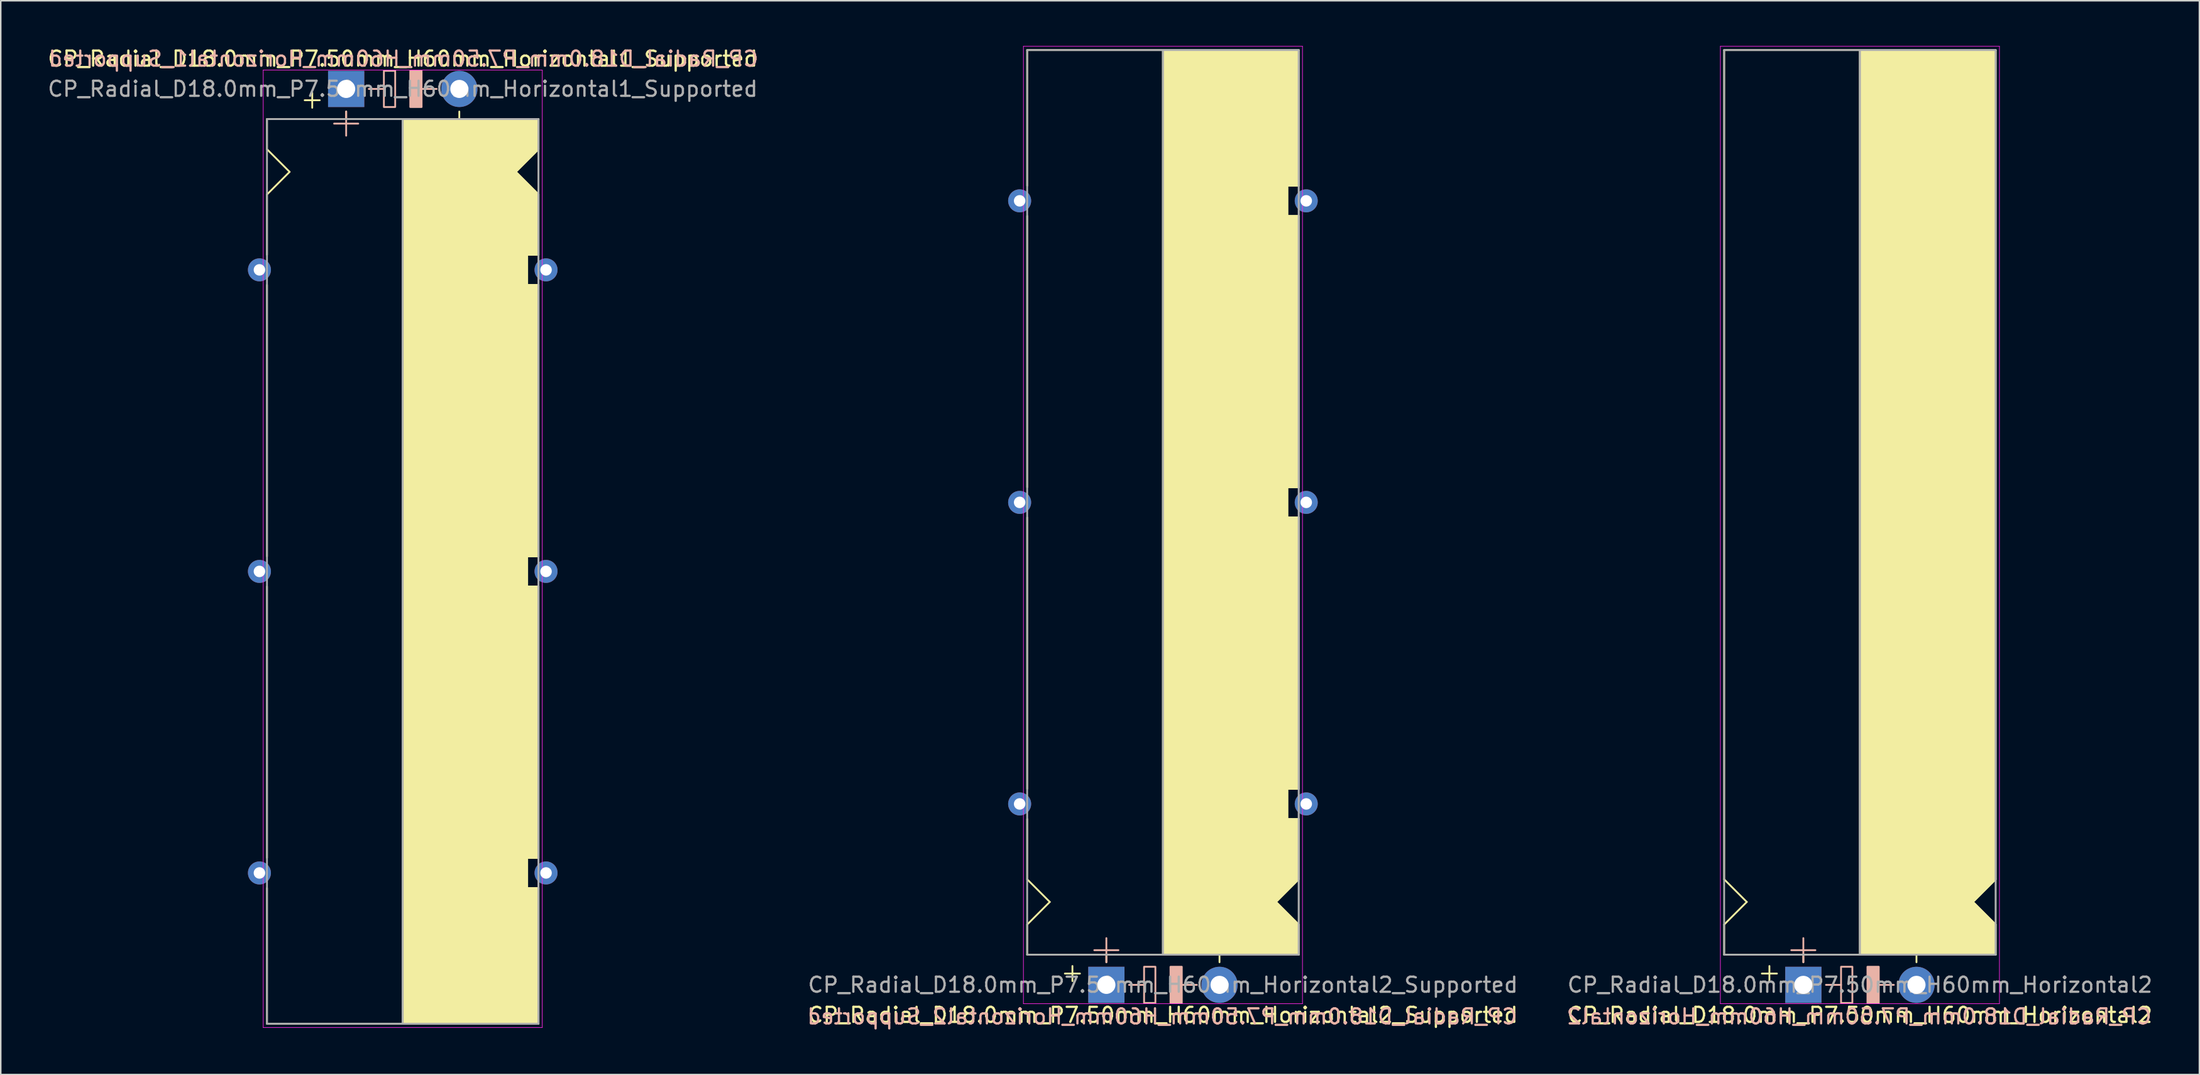
<source format=kicad_pcb>
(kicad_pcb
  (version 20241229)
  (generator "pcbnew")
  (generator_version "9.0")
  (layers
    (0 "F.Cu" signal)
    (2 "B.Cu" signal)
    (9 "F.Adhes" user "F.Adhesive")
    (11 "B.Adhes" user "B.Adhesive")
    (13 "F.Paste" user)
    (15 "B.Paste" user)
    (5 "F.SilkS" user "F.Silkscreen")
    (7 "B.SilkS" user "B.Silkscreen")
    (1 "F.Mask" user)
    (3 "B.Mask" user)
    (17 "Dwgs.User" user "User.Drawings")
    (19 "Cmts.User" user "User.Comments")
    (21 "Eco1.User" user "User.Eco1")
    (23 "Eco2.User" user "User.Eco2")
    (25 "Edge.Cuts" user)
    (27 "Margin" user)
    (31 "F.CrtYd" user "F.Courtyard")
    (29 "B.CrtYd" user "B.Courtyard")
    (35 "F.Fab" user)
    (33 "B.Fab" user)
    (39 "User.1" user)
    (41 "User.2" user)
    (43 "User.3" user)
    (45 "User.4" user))
  (footprint "CP_Radial_D18.0mm_P7.50mm_H60mm_Horizontal1_Supported"
    (layer "F.Cu")
    (at 19.899 2.848)
    (property "Reference" "CP_Radial_D18.0mm_P7.50mm_H60mm_Horizontal1_Supported" (at 3.75 -2 0) (layer "F.SilkS") (effects (font (size 1 1) (thickness 0.15))))
    (fp_line (start -5.25 2) (end -5.25 4) (stroke (width 0.12) (type solid)) (layer "F.SilkS"))
    (fp_line (start -5.25 2) (end 12.75 2) (stroke (width 0.12) (type solid)) (layer "F.SilkS"))
    (fp_line (start -5.25 4) (end -3.75 5.5) (stroke (width 0.12) (type solid)) (layer "F.SilkS"))
    (fp_line (start -5.25 7) (end -3.75 5.5) (stroke (width 0.12) (type solid)) (layer "F.SilkS"))
    (fp_line (start -5.25 11) (end -5.25 7) (stroke (width 0.12) (type solid)) (layer "F.SilkS"))
    (fp_line (start -5.25 13) (end -5.25 31) (stroke (width 0.12) (type solid)) (layer "F.SilkS"))
    (fp_line (start -5.25 33) (end -5.25 51) (stroke (width 0.12) (type solid)) (layer "F.SilkS"))
    (fp_line (start -5.25 53) (end -5.25 62) (stroke (width 0.12) (type solid)) (layer "F.SilkS"))
    (fp_line (start -5.25 62) (end 12.75 62) (stroke (width 0.12) (type solid)) (layer "F.SilkS"))
    (fp_line (start -2.25 0.25) (end -2.25 1.25) (stroke (width 0.12) (type solid)) (layer "F.SilkS"))
    (fp_line (start -1.75 0.75) (end -2.75 0.75) (stroke (width 0.12) (type solid)) (layer "F.SilkS"))
    (fp_line (start 0 1.5) (end 0 2) (stroke (width 0.12) (type solid)) (layer "F.SilkS"))
    (fp_line (start 3.75 2) (end 3.75 62) (stroke (width 0.12) (type solid)) (layer "F.SilkS"))
    (fp_line (start 7.5 1.5) (end 7.5 2) (stroke (width 0.12) (type solid)) (layer "F.SilkS"))
    (fp_line (start 12 11) (end 12 13) (stroke (width 0.12) (type solid)) (layer "F.SilkS"))
    (fp_line (start 12 13) (end 12.75 13) (stroke (width 0.12) (type solid)) (layer "F.SilkS"))
    (fp_line (start 12 31) (end 12 33) (stroke (width 0.12) (type solid)) (layer "F.SilkS"))
    (fp_line (start 12 33) (end 12.75 33) (stroke (width 0.12) (type solid)) (layer "F.SilkS"))
    (fp_line (start 12 51) (end 12 53) (stroke (width 0.12) (type solid)) (layer "F.SilkS"))
    (fp_line (start 12 53) (end 12.75 53) (stroke (width 0.12) (type solid)) (layer "F.SilkS"))
    (fp_line (start 12.25 11) (end 12 11) (stroke (width 0.12) (type solid)) (layer "F.SilkS"))
    (fp_line (start 12.75 2) (end 12.75 4) (stroke (width 0.12) (type solid)) (layer "F.SilkS"))
    (fp_line (start 12.75 4) (end 11.25 5.5) (stroke (width 0.12) (type solid)) (layer "F.SilkS"))
    (fp_line (start 12.75 7) (end 11.25 5.5) (stroke (width 0.12) (type solid)) (layer "F.SilkS"))
    (fp_line (start 12.75 11) (end 12.25 11) (stroke (width 0.12) (type solid)) (layer "F.SilkS"))
    (fp_line (start 12.75 11) (end 12.75 7) (stroke (width 0.12) (type solid)) (layer "F.SilkS"))
    (fp_line (start 12.75 13) (end 12.75 31) (stroke (width 0.12) (type solid)) (layer "F.SilkS"))
    (fp_line (start 12.75 31) (end 12 31) (stroke (width 0.12) (type solid)) (layer "F.SilkS"))
    (fp_line (start 12.75 33) (end 12.75 51) (stroke (width 0.12) (type solid)) (layer "F.SilkS"))
    (fp_line (start 12.75 51) (end 12 51) (stroke (width 0.12) (type solid)) (layer "F.SilkS"))
    (fp_line (start 12.75 53) (end 12.75 62) (stroke (width 0.12) (type solid)) (layer "F.SilkS"))
    (fp_poly (pts (xy 12.75 4) (xy 11.25 5.5) (xy 12.75 7) (xy 12.75 11) (xy 12 11) (xy 12 13) (xy 12.75 13) (xy 12.75 31) (xy 12 31) (xy 12 33) (xy 12.75 33) (xy 12.75 51) (xy 12 51) (xy 12 53) (xy 12.75 53) (xy 12.75 62) (xy 3.75 62) (xy 3.75 2) (xy 12.75 2)) (stroke (width 0.1) (type solid)) (fill yes) (layer "F.SilkS"))
    (fp_line (start 0 1.5) (end 0 3.1) (stroke (width 0.12) (type solid)) (layer "B.SilkS"))
    (fp_line (start 0.8 2.3) (end -0.8 2.3) (stroke (width 0.12) (type solid)) (layer "B.SilkS"))
    (fp_line (start 2.5 0) (end 1.5 0) (stroke (width 0.12) (type solid)) (layer "B.SilkS"))
    (fp_line (start 6 0) (end 5 0) (stroke (width 0.12) (type solid)) (layer "B.SilkS"))
    (fp_rect (start 2.5 -1.2) (end 3.25 1.2) (stroke (width 0.12) (type solid)) (fill no) (layer "B.SilkS"))
    (fp_rect (start 4.25 -1.2) (end 5 1.2) (stroke (width 0.12) (type solid)) (fill yes) (layer "B.SilkS"))
    (fp_line (start -5.5 -1.25) (end -5.5 62.25) (stroke (width 0.04) (type solid)) (layer "F.CrtYd"))
    (fp_line (start -5.5 62.25) (end 13 62.25) (stroke (width 0.04) (type solid)) (layer "F.CrtYd"))
    (fp_line (start 13 -1.25) (end -5.5 -1.25) (stroke (width 0.04) (type solid)) (layer "F.CrtYd"))
    (fp_line (start 13 62.25) (end 13 -1.25) (stroke (width 0.04) (type solid)) (layer "F.CrtYd"))
    (fp_line (start -5.25 2) (end -5.25 62) (stroke (width 0.12) (type solid)) (layer "F.Fab"))
    (fp_line (start -5.25 62) (end 12.75 62) (stroke (width 0.12) (type solid)) (layer "F.Fab"))
    (fp_line (start 3.75 2) (end 3.75 62) (stroke (width 0.12) (type solid)) (layer "F.Fab"))
    (fp_line (start 12.75 2) (end -5.25 2) (stroke (width 0.12) (type solid)) (layer "F.Fab"))
    (fp_line (start 12.75 62) (end 12.75 2) (stroke (width 0.12) (type solid)) (layer "F.Fab"))
    (fp_poly (pts (xy 12.75 62) (xy 3.75 62) (xy 3.75 2) (xy 12.75 2)) (stroke (width 0.1) (type solid)) (fill no) (layer "F.Fab"))
    (fp_text user "${REFERENCE}" (at 3.8 -2 0) (layer "B.SilkS") (effects (font (size 1 1) (thickness 0.15)) (justify mirror)))
    (fp_text user "${REFERENCE}" (at 3.75 0 0) (layer "F.Fab") (effects (font (size 1 1) (thickness 0.15))))
    (pad "1" thru_hole rect (at 0 0) (size 2.4 2.4) (drill 1.2) (layers "*.Cu" "*.Mask"))
    (pad "2" thru_hole circle (at 7.5 0) (size 2.4 2.4) (drill 1.2) (layers "*.Cu" "*.Mask"))
    (pad "~" thru_hole circle (at -5.75 12) (size 1.524 1.524) (drill 0.762) (layers "*.Cu" "*.Mask"))
    (pad "~" thru_hole circle (at -5.75 32) (size 1.524 1.524) (drill 0.762) (layers "*.Cu" "*.Mask"))
    (pad "~" thru_hole circle (at -5.75 52) (size 1.524 1.524) (drill 0.762) (layers "*.Cu" "*.Mask"))
    (pad "~" thru_hole circle (at 13.25 12) (size 1.524 1.524) (drill 0.762) (layers "*.Cu" "*.Mask"))
    (pad "~" thru_hole circle (at 13.25 32) (size 1.524 1.524) (drill 0.762) (layers "*.Cu" "*.Mask"))
    (pad "~" thru_hole circle (at 13.25 52) (size 1.524 1.524) (drill 0.762) (layers "*.Cu" "*.Mask")))
  (footprint "CP_Radial_D18.0mm_P7.50mm_H60mm_Horizontal2_Supported"
    (layer "F.Cu")
    (at 70.296 62.27)
    (property "Reference" "CP_Radial_D18.0mm_P7.50mm_H60mm_Horizontal2_Supported" (at 3.75 2 0) (layer "F.SilkS") (effects (font (size 1 1) (thickness 0.15))))
    (fp_line (start -5.25 -62) (end 12.75 -62) (stroke (width 0.12) (type solid)) (layer "F.SilkS"))
    (fp_line (start -5.25 -53) (end -5.25 -62) (stroke (width 0.12) (type solid)) (layer "F.SilkS"))
    (fp_line (start -5.25 -33) (end -5.25 -51) (stroke (width 0.12) (type solid)) (layer "F.SilkS"))
    (fp_line (start -5.25 -13) (end -5.25 -31) (stroke (width 0.12) (type solid)) (layer "F.SilkS"))
    (fp_line (start -5.25 -11) (end -5.25 -7) (stroke (width 0.12) (type solid)) (layer "F.SilkS"))
    (fp_line (start -5.25 -7) (end -3.75 -5.5) (stroke (width 0.12) (type solid)) (layer "F.SilkS"))
    (fp_line (start -5.25 -4) (end -3.75 -5.5) (stroke (width 0.12) (type solid)) (layer "F.SilkS"))
    (fp_line (start -5.25 -2) (end -5.25 -4) (stroke (width 0.12) (type solid)) (layer "F.SilkS"))
    (fp_line (start -5.25 -2) (end 12.75 -2) (stroke (width 0.12) (type solid)) (layer "F.SilkS"))
    (fp_line (start -2.25 -1.25) (end -2.25 -0.25) (stroke (width 0.12) (type solid)) (layer "F.SilkS"))
    (fp_line (start -1.75 -0.75) (end -2.75 -0.75) (stroke (width 0.12) (type solid)) (layer "F.SilkS"))
    (fp_line (start 0 -1.5) (end 0 -2) (stroke (width 0.12) (type solid)) (layer "F.SilkS"))
    (fp_line (start 3.75 -2) (end 3.75 -62) (stroke (width 0.12) (type solid)) (layer "F.SilkS"))
    (fp_line (start 7.5 -1.5) (end 7.5 -2) (stroke (width 0.12) (type solid)) (layer "F.SilkS"))
    (fp_line (start 12 -53) (end 12.75 -53) (stroke (width 0.12) (type solid)) (layer "F.SilkS"))
    (fp_line (start 12 -51) (end 12 -53) (stroke (width 0.12) (type solid)) (layer "F.SilkS"))
    (fp_line (start 12 -33) (end 12.75 -33) (stroke (width 0.12) (type solid)) (layer "F.SilkS"))
    (fp_line (start 12 -31) (end 12 -33) (stroke (width 0.12) (type solid)) (layer "F.SilkS"))
    (fp_line (start 12 -13) (end 12.75 -13) (stroke (width 0.12) (type solid)) (layer "F.SilkS"))
    (fp_line (start 12 -11) (end 12 -13) (stroke (width 0.12) (type solid)) (layer "F.SilkS"))
    (fp_line (start 12.25 -11) (end 12 -11) (stroke (width 0.12) (type solid)) (layer "F.SilkS"))
    (fp_line (start 12.75 -53) (end 12.75 -62) (stroke (width 0.12) (type solid)) (layer "F.SilkS"))
    (fp_line (start 12.75 -51) (end 12 -51) (stroke (width 0.12) (type solid)) (layer "F.SilkS"))
    (fp_line (start 12.75 -33) (end 12.75 -51) (stroke (width 0.12) (type solid)) (layer "F.SilkS"))
    (fp_line (start 12.75 -31) (end 12 -31) (stroke (width 0.12) (type solid)) (layer "F.SilkS"))
    (fp_line (start 12.75 -13) (end 12.75 -31) (stroke (width 0.12) (type solid)) (layer "F.SilkS"))
    (fp_line (start 12.75 -11) (end 12.25 -11) (stroke (width 0.12) (type solid)) (layer "F.SilkS"))
    (fp_line (start 12.75 -11) (end 12.75 -7) (stroke (width 0.12) (type solid)) (layer "F.SilkS"))
    (fp_line (start 12.75 -7) (end 11.25 -5.5) (stroke (width 0.12) (type solid)) (layer "F.SilkS"))
    (fp_line (start 12.75 -4) (end 11.25 -5.5) (stroke (width 0.12) (type solid)) (layer "F.SilkS"))
    (fp_line (start 12.75 -2) (end 12.75 -4) (stroke (width 0.12) (type solid)) (layer "F.SilkS"))
    (fp_poly (pts (xy 12.75 -4) (xy 11.25 -5.5) (xy 12.75 -7) (xy 12.75 -11) (xy 12 -11) (xy 12 -13) (xy 12.75 -13) (xy 12.75 -31) (xy 12 -31) (xy 12 -33) (xy 12.75 -33) (xy 12.75 -51) (xy 12 -51) (xy 12 -53) (xy 12.75 -53) (xy 12.75 -62) (xy 3.75 -62) (xy 3.75 -2) (xy 12.75 -2)) (stroke (width 0.1) (type solid)) (fill yes) (layer "F.SilkS"))
    (fp_line (start 0 -3.1) (end 0 -1.5) (stroke (width 0.12) (type solid)) (layer "B.SilkS"))
    (fp_line (start 0.8 -2.3) (end -0.8 -2.3) (stroke (width 0.12) (type solid)) (layer "B.SilkS"))
    (fp_line (start 2.5 0) (end 1.5 0) (stroke (width 0.12) (type solid)) (layer "B.SilkS"))
    (fp_line (start 6 0) (end 5 0) (stroke (width 0.12) (type solid)) (layer "B.SilkS"))
    (fp_rect (start 2.5 -1.2) (end 3.25 1.2) (stroke (width 0.12) (type solid)) (fill no) (layer "B.SilkS"))
    (fp_rect (start 4.25 -1.2) (end 5 1.2) (stroke (width 0.12) (type solid)) (fill yes) (layer "B.SilkS"))
    (fp_line (start -5.5 -62.25) (end 13 -62.25) (stroke (width 0.04) (type solid)) (layer "F.CrtYd"))
    (fp_line (start -5.5 1.25) (end -5.5 -62.25) (stroke (width 0.04) (type solid)) (layer "F.CrtYd"))
    (fp_line (start 13 -62.25) (end 13 1.25) (stroke (width 0.04) (type solid)) (layer "F.CrtYd"))
    (fp_line (start 13 1.25) (end -5.5 1.25) (stroke (width 0.04) (type solid)) (layer "F.CrtYd"))
    (fp_line (start -5.25 -62) (end 12.75 -62) (stroke (width 0.12) (type solid)) (layer "F.Fab"))
    (fp_line (start -5.25 -2) (end -5.25 -62) (stroke (width 0.12) (type solid)) (layer "F.Fab"))
    (fp_line (start 3.75 -2) (end 3.75 -62) (stroke (width 0.12) (type solid)) (layer "F.Fab"))
    (fp_line (start 12.75 -62) (end 12.75 -2) (stroke (width 0.12) (type solid)) (layer "F.Fab"))
    (fp_line (start 12.75 -2) (end -5.25 -2) (stroke (width 0.12) (type solid)) (layer "F.Fab"))
    (fp_poly (pts (xy 12.75 -62) (xy 3.75 -62) (xy 3.75 -2) (xy 12.75 -2)) (stroke (width 0.1) (type solid)) (fill no) (layer "F.Fab"))
    (fp_text user "${REFERENCE}" (at 3.7 2.1 0) (layer "B.SilkS") (effects (font (size 1 1) (thickness 0.15)) (justify mirror)))
    (fp_text user "${REFERENCE}" (at 3.75 0 0) (layer "F.Fab") (effects (font (size 1 1) (thickness 0.15))))
    (pad "1" thru_hole rect (at 0 0) (size 2.4 2.4) (drill 1.2) (layers "*.Cu" "*.Mask"))
    (pad "2" thru_hole circle (at 7.5 0) (size 2.4 2.4) (drill 1.2) (layers "*.Cu" "*.Mask"))
    (pad "~" thru_hole circle (at -5.75 -52 180) (size 1.524 1.524) (drill 0.762) (layers "*.Cu" "*.Mask"))
    (pad "~" thru_hole circle (at -5.75 -32 180) (size 1.524 1.524) (drill 0.762) (layers "*.Cu" "*.Mask"))
    (pad "~" thru_hole circle (at -5.75 -12 180) (size 1.524 1.524) (drill 0.762) (layers "*.Cu" "*.Mask"))
    (pad "~" thru_hole circle (at 13.25 -52 180) (size 1.524 1.524) (drill 0.762) (layers "*.Cu" "*.Mask"))
    (pad "~" thru_hole circle (at 13.25 -32 180) (size 1.524 1.524) (drill 0.762) (layers "*.Cu" "*.Mask"))
    (pad "~" thru_hole circle (at 13.25 -12 180) (size 1.524 1.524) (drill 0.762) (layers "*.Cu" "*.Mask")))
  (footprint "CP_Radial_D18.0mm_P7.50mm_H60mm_Horizontal2"
    (layer "F.Cu")
    (at 116.501 62.27)
    (property "Reference" "CP_Radial_D18.0mm_P7.50mm_H60mm_Horizontal2" (at 3.75 2 0) (layer "F.SilkS") (effects (font (size 1 1) (thickness 0.15))))
    (fp_line (start -5.25 -62) (end 12.75 -62) (stroke (width 0.12) (type solid)) (layer "F.SilkS"))
    (fp_line (start -5.25 -7) (end -5.25 -62) (stroke (width 0.12) (type solid)) (layer "F.SilkS"))
    (fp_line (start -5.25 -7) (end -3.75 -5.5) (stroke (width 0.12) (type solid)) (layer "F.SilkS"))
    (fp_line (start -5.25 -4) (end -3.75 -5.5) (stroke (width 0.12) (type solid)) (layer "F.SilkS"))
    (fp_line (start -5.25 -2) (end -5.25 -4) (stroke (width 0.12) (type solid)) (layer "F.SilkS"))
    (fp_line (start -5.25 -2) (end 12.75 -2) (stroke (width 0.12) (type solid)) (layer "F.SilkS"))
    (fp_line (start -2.25 -1.25) (end -2.25 -0.25) (stroke (width 0.12) (type solid)) (layer "F.SilkS"))
    (fp_line (start -1.75 -0.75) (end -2.75 -0.75) (stroke (width 0.12) (type solid)) (layer "F.SilkS"))
    (fp_line (start 0 -1.5) (end 0 -2) (stroke (width 0.12) (type solid)) (layer "F.SilkS"))
    (fp_line (start 3.75 -2) (end 3.75 -62) (stroke (width 0.12) (type solid)) (layer "F.SilkS"))
    (fp_line (start 7.5 -1.5) (end 7.5 -2) (stroke (width 0.12) (type solid)) (layer "F.SilkS"))
    (fp_line (start 12.75 -62) (end 12.75 -7) (stroke (width 0.12) (type solid)) (layer "F.SilkS"))
    (fp_line (start 12.75 -7) (end 11.25 -5.5) (stroke (width 0.12) (type solid)) (layer "F.SilkS"))
    (fp_line (start 12.75 -4) (end 11.25 -5.5) (stroke (width 0.12) (type solid)) (layer "F.SilkS"))
    (fp_line (start 12.75 -2) (end 12.75 -4) (stroke (width 0.12) (type solid)) (layer "F.SilkS"))
    (fp_poly (pts (xy 12.75 -4) (xy 11.25 -5.5) (xy 12.75 -7) (xy 12.75 -62) (xy 3.75 -62) (xy 3.75 -2) (xy 12.75 -2)) (stroke (width 0.1) (type solid)) (fill yes) (layer "F.SilkS"))
    (fp_line (start 0 -3.1) (end 0 -1.5) (stroke (width 0.12) (type solid)) (layer "B.SilkS"))
    (fp_line (start 0.8 -2.3) (end -0.8 -2.3) (stroke (width 0.12) (type solid)) (layer "B.SilkS"))
    (fp_line (start 2.5 0) (end 1.5 0) (stroke (width 0.12) (type solid)) (layer "B.SilkS"))
    (fp_line (start 6 0) (end 5 0) (stroke (width 0.12) (type solid)) (layer "B.SilkS"))
    (fp_rect (start 2.5 -1.2) (end 3.25 1.2) (stroke (width 0.12) (type solid)) (fill no) (layer "B.SilkS"))
    (fp_rect (start 4.25 -1.2) (end 5 1.2) (stroke (width 0.12) (type solid)) (fill yes) (layer "B.SilkS"))
    (fp_line (start -5.5 -62.25) (end 13 -62.25) (stroke (width 0.04) (type solid)) (layer "F.CrtYd"))
    (fp_line (start -5.5 1.25) (end -5.5 -62.25) (stroke (width 0.04) (type solid)) (layer "F.CrtYd"))
    (fp_line (start 13 -62.25) (end 13 1.25) (stroke (width 0.04) (type solid)) (layer "F.CrtYd"))
    (fp_line (start 13 1.25) (end -5.5 1.25) (stroke (width 0.04) (type solid)) (layer "F.CrtYd"))
    (fp_line (start -5.25 -62) (end 12.75 -62) (stroke (width 0.12) (type solid)) (layer "F.Fab"))
    (fp_line (start -5.25 -2) (end -5.25 -62) (stroke (width 0.12) (type solid)) (layer "F.Fab"))
    (fp_line (start 3.75 -2) (end 3.75 -62) (stroke (width 0.12) (type solid)) (layer "F.Fab"))
    (fp_line (start 12.75 -62) (end 12.75 -2) (stroke (width 0.12) (type solid)) (layer "F.Fab"))
    (fp_line (start 12.75 -2) (end -5.25 -2) (stroke (width 0.12) (type solid)) (layer "F.Fab"))
    (fp_poly (pts (xy 12.75 -62) (xy 3.75 -62) (xy 3.75 -2) (xy 12.75 -2)) (stroke (width 0.1) (type solid)) (fill no) (layer "F.Fab"))
    (fp_text user "${REFERENCE}" (at 3.7 2.1 0) (layer "B.SilkS") (effects (font (size 1 1) (thickness 0.15)) (justify mirror)))
    (fp_text user "${REFERENCE}" (at 3.75 0 0) (layer "F.Fab") (effects (font (size 1 1) (thickness 0.15))))
    (pad "1" thru_hole rect (at 0 0) (size 2.4 2.4) (drill 1.2) (layers "*.Cu" "*.Mask"))
    (pad "2" thru_hole circle (at 7.5 0) (size 2.4 2.4) (drill 1.2) (layers "*.Cu" "*.Mask")))
  (gr_rect
    (start -3 -3)
    (end 142.757 68.218)
    (stroke (width 0.1) (type default))
    (fill no)
    (layer "Edge.Cuts")))
</source>
